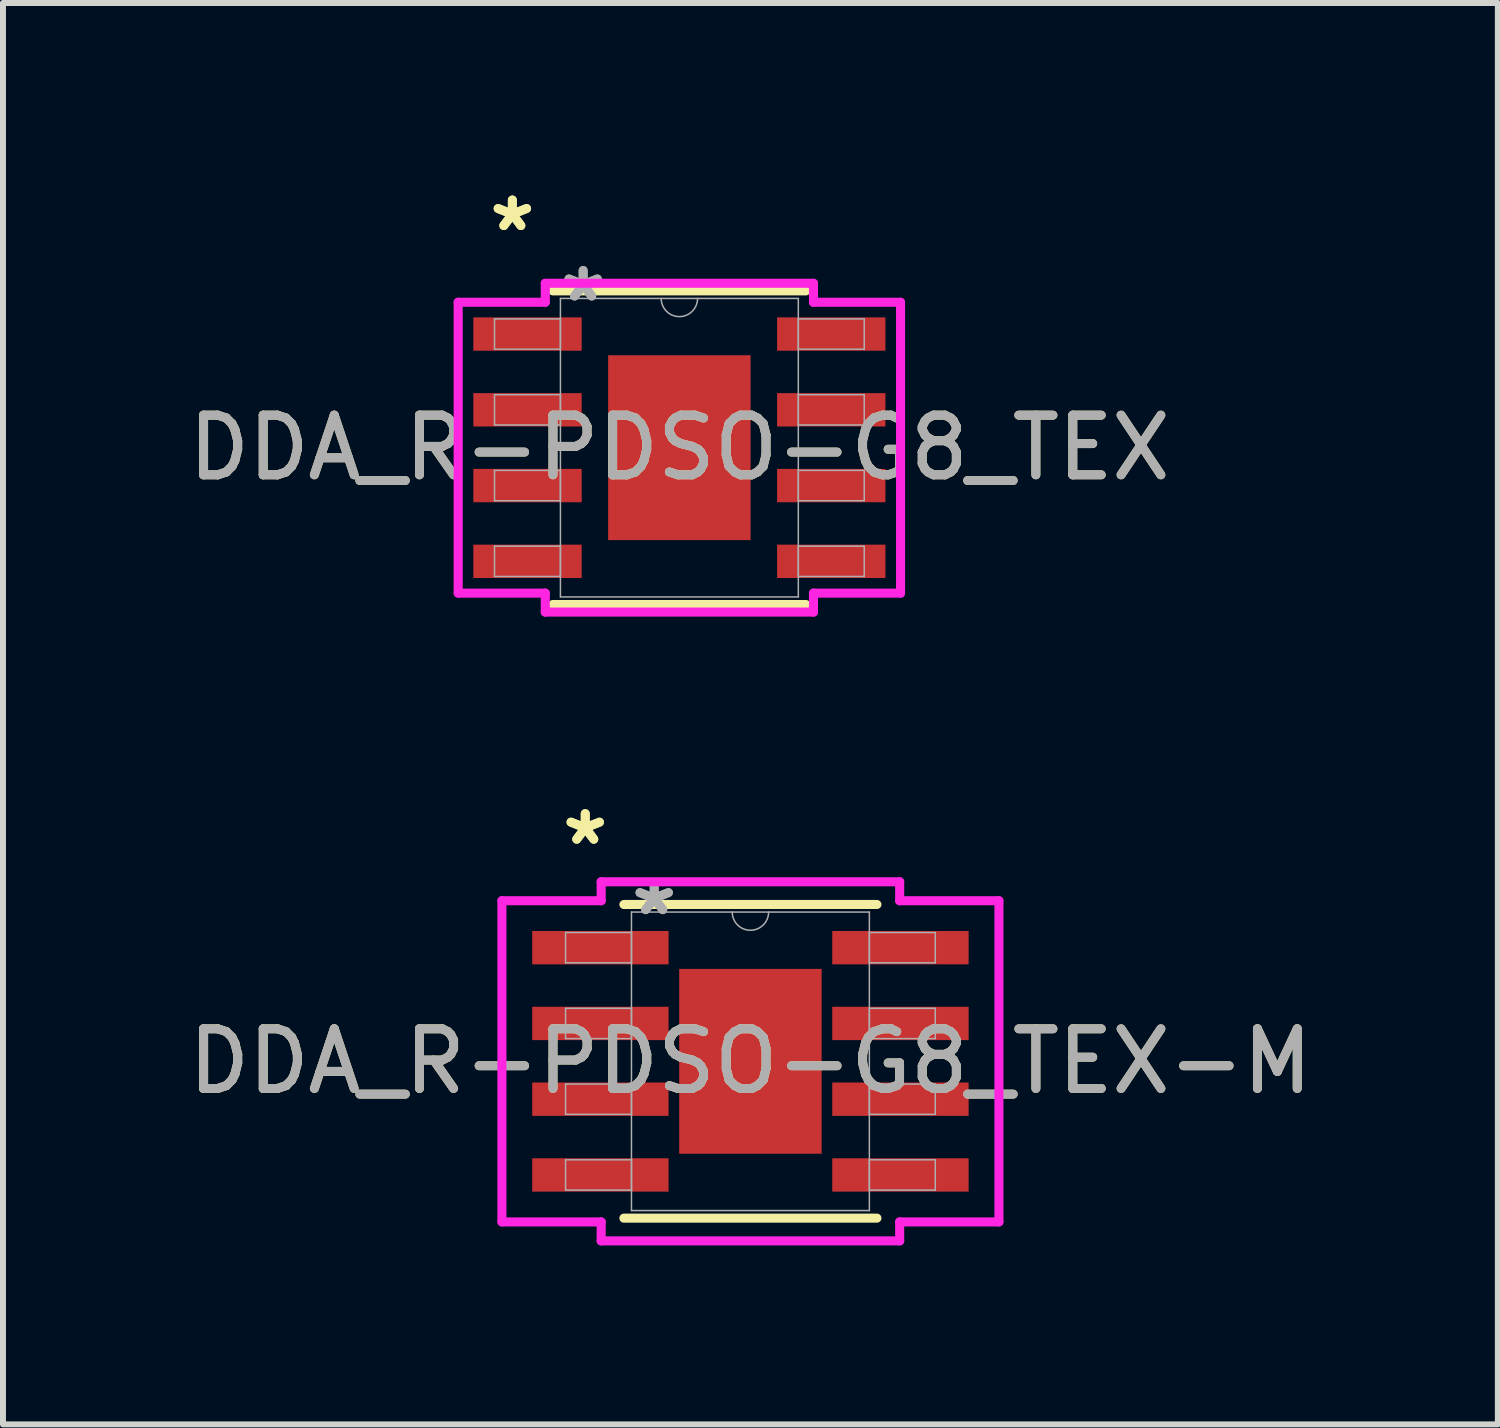
<source format=kicad_pcb>
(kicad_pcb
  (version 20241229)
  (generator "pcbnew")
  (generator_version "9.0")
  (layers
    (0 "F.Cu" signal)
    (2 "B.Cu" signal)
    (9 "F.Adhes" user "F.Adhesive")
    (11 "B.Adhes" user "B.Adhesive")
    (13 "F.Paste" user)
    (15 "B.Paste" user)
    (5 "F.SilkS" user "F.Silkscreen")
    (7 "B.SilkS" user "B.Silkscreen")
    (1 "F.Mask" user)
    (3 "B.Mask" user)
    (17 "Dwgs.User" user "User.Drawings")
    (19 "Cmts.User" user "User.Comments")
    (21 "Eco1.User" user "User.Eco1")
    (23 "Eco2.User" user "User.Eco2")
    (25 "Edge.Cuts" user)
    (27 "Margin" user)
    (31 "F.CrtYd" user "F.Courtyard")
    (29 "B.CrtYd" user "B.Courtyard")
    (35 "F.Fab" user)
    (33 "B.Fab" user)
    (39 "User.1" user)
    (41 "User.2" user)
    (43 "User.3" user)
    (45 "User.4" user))
  (footprint "DDA_R-PDSO-G8_TEX-M"
    (layer "F.Cu")
    (at 9.53 14.742)
    (property "Reference" "DDA_R-PDSO-G8_TEX-M" (at 0 0 0) (unlocked yes) (layer "F.SilkS") (effects (font (size 1 1) (thickness 0.15))))
    (attr smd)
    (fp_line (start -2.121 2.629) (end 2.121 2.629) (stroke (width 0.152) (type solid)) (layer "F.SilkS"))
    (fp_line (start 2.121 -2.629) (end -2.121 -2.629) (stroke (width 0.152) (type solid)) (layer "F.SilkS"))
    (fp_poly (pts (xy -1.094 -1.449) (xy -1.094 -0.1) (xy 1.094 -0.1) (xy 1.094 -1.449)) (stroke (width 0) (type solid)) (fill yes) (layer "F.Paste"))
    (fp_poly (pts (xy -1.094 0.1) (xy -1.094 1.449) (xy 1.094 1.449) (xy 1.094 0.1)) (stroke (width 0) (type solid)) (fill yes) (layer "F.Paste"))
    (fp_line (start -4.166 -2.692) (end -2.502 -2.692) (stroke (width 0.152) (type solid)) (layer "F.CrtYd"))
    (fp_line (start -4.166 2.692) (end -4.166 -2.692) (stroke (width 0.152) (type solid)) (layer "F.CrtYd"))
    (fp_line (start -4.166 2.692) (end -2.502 2.692) (stroke (width 0.152) (type solid)) (layer "F.CrtYd"))
    (fp_line (start -2.502 -3.01) (end 2.502 -3.01) (stroke (width 0.152) (type solid)) (layer "F.CrtYd"))
    (fp_line (start -2.502 -2.692) (end -2.502 -3.01) (stroke (width 0.152) (type solid)) (layer "F.CrtYd"))
    (fp_line (start -2.502 3.01) (end -2.502 2.692) (stroke (width 0.152) (type solid)) (layer "F.CrtYd"))
    (fp_line (start 2.502 -3.01) (end 2.502 -2.692) (stroke (width 0.152) (type solid)) (layer "F.CrtYd"))
    (fp_line (start 2.502 2.692) (end 2.502 3.01) (stroke (width 0.152) (type solid)) (layer "F.CrtYd"))
    (fp_line (start 2.502 3.01) (end -2.502 3.01) (stroke (width 0.152) (type solid)) (layer "F.CrtYd"))
    (fp_line (start 4.166 -2.692) (end 2.502 -2.692) (stroke (width 0.152) (type solid)) (layer "F.CrtYd"))
    (fp_line (start 4.166 -2.692) (end 4.166 2.692) (stroke (width 0.152) (type solid)) (layer "F.CrtYd"))
    (fp_line (start 4.166 2.692) (end 2.502 2.692) (stroke (width 0.152) (type solid)) (layer "F.CrtYd"))
    (fp_line (start -3.099 -2.159) (end -3.099 -1.651) (stroke (width 0.025) (type solid)) (layer "F.Fab"))
    (fp_line (start -3.099 -1.651) (end -1.994 -1.651) (stroke (width 0.025) (type solid)) (layer "F.Fab"))
    (fp_line (start -3.099 -0.889) (end -3.099 -0.381) (stroke (width 0.025) (type solid)) (layer "F.Fab"))
    (fp_line (start -3.099 -0.381) (end -1.994 -0.381) (stroke (width 0.025) (type solid)) (layer "F.Fab"))
    (fp_line (start -3.099 0.381) (end -3.099 0.889) (stroke (width 0.025) (type solid)) (layer "F.Fab"))
    (fp_line (start -3.099 0.889) (end -1.994 0.889) (stroke (width 0.025) (type solid)) (layer "F.Fab"))
    (fp_line (start -3.099 1.651) (end -3.099 2.159) (stroke (width 0.025) (type solid)) (layer "F.Fab"))
    (fp_line (start -3.099 2.159) (end -1.994 2.159) (stroke (width 0.025) (type solid)) (layer "F.Fab"))
    (fp_line (start -1.994 -2.502) (end -1.994 2.502) (stroke (width 0.025) (type solid)) (layer "F.Fab"))
    (fp_line (start -1.994 -2.159) (end -3.099 -2.159) (stroke (width 0.025) (type solid)) (layer "F.Fab"))
    (fp_line (start -1.994 -1.651) (end -1.994 -2.159) (stroke (width 0.025) (type solid)) (layer "F.Fab"))
    (fp_line (start -1.994 -0.889) (end -3.099 -0.889) (stroke (width 0.025) (type solid)) (layer "F.Fab"))
    (fp_line (start -1.994 -0.381) (end -1.994 -0.889) (stroke (width 0.025) (type solid)) (layer "F.Fab"))
    (fp_line (start -1.994 0.381) (end -3.099 0.381) (stroke (width 0.025) (type solid)) (layer "F.Fab"))
    (fp_line (start -1.994 0.889) (end -1.994 0.381) (stroke (width 0.025) (type solid)) (layer "F.Fab"))
    (fp_line (start -1.994 1.651) (end -3.099 1.651) (stroke (width 0.025) (type solid)) (layer "F.Fab"))
    (fp_line (start -1.994 2.159) (end -1.994 1.651) (stroke (width 0.025) (type solid)) (layer "F.Fab"))
    (fp_line (start -1.994 2.502) (end 1.994 2.502) (stroke (width 0.025) (type solid)) (layer "F.Fab"))
    (fp_line (start 1.994 -2.502) (end -1.994 -2.502) (stroke (width 0.025) (type solid)) (layer "F.Fab"))
    (fp_line (start 1.994 -2.159) (end 1.994 -1.651) (stroke (width 0.025) (type solid)) (layer "F.Fab"))
    (fp_line (start 1.994 -1.651) (end 3.099 -1.651) (stroke (width 0.025) (type solid)) (layer "F.Fab"))
    (fp_line (start 1.994 -0.889) (end 1.994 -0.381) (stroke (width 0.025) (type solid)) (layer "F.Fab"))
    (fp_line (start 1.994 -0.381) (end 3.099 -0.381) (stroke (width 0.025) (type solid)) (layer "F.Fab"))
    (fp_line (start 1.994 0.381) (end 1.994 0.889) (stroke (width 0.025) (type solid)) (layer "F.Fab"))
    (fp_line (start 1.994 0.889) (end 3.099 0.889) (stroke (width 0.025) (type solid)) (layer "F.Fab"))
    (fp_line (start 1.994 1.651) (end 1.994 2.159) (stroke (width 0.025) (type solid)) (layer "F.Fab"))
    (fp_line (start 1.994 2.159) (end 3.099 2.159) (stroke (width 0.025) (type solid)) (layer "F.Fab"))
    (fp_line (start 1.994 2.502) (end 1.994 -2.502) (stroke (width 0.025) (type solid)) (layer "F.Fab"))
    (fp_line (start 3.099 -2.159) (end 1.994 -2.159) (stroke (width 0.025) (type solid)) (layer "F.Fab"))
    (fp_line (start 3.099 -1.651) (end 3.099 -2.159) (stroke (width 0.025) (type solid)) (layer "F.Fab"))
    (fp_line (start 3.099 -0.889) (end 1.994 -0.889) (stroke (width 0.025) (type solid)) (layer "F.Fab"))
    (fp_line (start 3.099 -0.381) (end 3.099 -0.889) (stroke (width 0.025) (type solid)) (layer "F.Fab"))
    (fp_line (start 3.099 0.381) (end 1.994 0.381) (stroke (width 0.025) (type solid)) (layer "F.Fab"))
    (fp_line (start 3.099 0.889) (end 3.099 0.381) (stroke (width 0.025) (type solid)) (layer "F.Fab"))
    (fp_line (start 3.099 1.651) (end 1.994 1.651) (stroke (width 0.025) (type solid)) (layer "F.Fab"))
    (fp_line (start 3.099 2.159) (end 3.099 1.651) (stroke (width 0.025) (type solid)) (layer "F.Fab"))
    (fp_arc (start 0.3048 -2.5019) (mid 0 -2.1971) (end -0.3048 -2.5019) (stroke (width 0.0254) (type solid)) (layer "F.Fab"))
    (fp_text user "*" (at -2.769 -3.607 0) (unlocked yes) (layer "F.SilkS") (effects (font (size 1 1) (thickness 0.15))))
    (fp_text user "*" (at -2.769 -3.607 0) (layer "F.SilkS") (effects (font (size 1 1) (thickness 0.15))))
    (fp_text user "*" (at -1.613 -2.426 0) (unlocked yes) (layer "F.Fab") (effects (font (size 1 1) (thickness 0.15))))
    (fp_text user "${REFERENCE}" (at 0 0 0) (unlocked yes) (layer "F.Fab") (effects (font (size 1 1) (thickness 0.15))))
    (fp_text user "*" (at -1.613 -2.426 0) (layer "F.Fab") (effects (font (size 1 1) (thickness 0.15))))
    (pad "1" smd rect (at -2.515 -1.905) (size 2.286 0.559) (layers "F.Cu" "F.Mask" "F.Paste"))
    (pad "2" smd rect (at -2.515 -0.635) (size 2.286 0.559) (layers "F.Cu" "F.Mask" "F.Paste"))
    (pad "3" smd rect (at -2.515 0.635) (size 2.286 0.559) (layers "F.Cu" "F.Mask" "F.Paste"))
    (pad "4" smd rect (at -2.515 1.905) (size 2.286 0.559) (layers "F.Cu" "F.Mask" "F.Paste"))
    (pad "5" smd rect (at 2.515 1.905) (size 2.286 0.559) (layers "F.Cu" "F.Mask" "F.Paste"))
    (pad "6" smd rect (at 2.515 0.635) (size 2.286 0.559) (layers "F.Cu" "F.Mask" "F.Paste"))
    (pad "7" smd rect (at 2.515 -0.635) (size 2.286 0.559) (layers "F.Cu" "F.Mask" "F.Paste"))
    (pad "8" smd rect (at 2.515 -1.905) (size 2.286 0.559) (layers "F.Cu" "F.Mask" "F.Paste"))
    (pad "9" smd rect (at 0 0) (size 2.388 3.099) (layers "F.Cu" "F.Mask")))
  (footprint "DDA_R-PDSO-G8_TEX"
    (layer "F.Cu")
    (at 8.339 4.455)
    (property "Reference" "DDA_R-PDSO-G8_TEX" (at 0 0 0) (unlocked yes) (layer "F.SilkS") (effects (font (size 1 1) (thickness 0.15))))
    (attr smd)
    (fp_line (start -2.121 2.629) (end 2.121 2.629) (stroke (width 0.152) (type solid)) (layer "F.SilkS"))
    (fp_line (start 2.121 -2.629) (end -2.121 -2.629) (stroke (width 0.152) (type solid)) (layer "F.SilkS"))
    (fp_poly (pts (xy -1.094 -1.449) (xy -1.094 -0.1) (xy 1.094 -0.1) (xy 1.094 -1.449)) (stroke (width 0) (type solid)) (fill yes) (layer "F.Paste"))
    (fp_poly (pts (xy -1.094 0.1) (xy -1.094 1.449) (xy 1.094 1.449) (xy 1.094 0.1)) (stroke (width 0) (type solid)) (fill yes) (layer "F.Paste"))
    (fp_line (start -3.708 -2.438) (end -2.248 -2.438) (stroke (width 0.152) (type solid)) (layer "F.CrtYd"))
    (fp_line (start -3.708 2.438) (end -3.708 -2.438) (stroke (width 0.152) (type solid)) (layer "F.CrtYd"))
    (fp_line (start -3.708 2.438) (end -2.248 2.438) (stroke (width 0.152) (type solid)) (layer "F.CrtYd"))
    (fp_line (start -2.248 -2.756) (end 2.248 -2.756) (stroke (width 0.152) (type solid)) (layer "F.CrtYd"))
    (fp_line (start -2.248 -2.438) (end -2.248 -2.756) (stroke (width 0.152) (type solid)) (layer "F.CrtYd"))
    (fp_line (start -2.248 2.756) (end -2.248 2.438) (stroke (width 0.152) (type solid)) (layer "F.CrtYd"))
    (fp_line (start 2.248 -2.756) (end 2.248 -2.438) (stroke (width 0.152) (type solid)) (layer "F.CrtYd"))
    (fp_line (start 2.248 2.438) (end 2.248 2.756) (stroke (width 0.152) (type solid)) (layer "F.CrtYd"))
    (fp_line (start 2.248 2.756) (end -2.248 2.756) (stroke (width 0.152) (type solid)) (layer "F.CrtYd"))
    (fp_line (start 3.708 -2.438) (end 2.248 -2.438) (stroke (width 0.152) (type solid)) (layer "F.CrtYd"))
    (fp_line (start 3.708 -2.438) (end 3.708 2.438) (stroke (width 0.152) (type solid)) (layer "F.CrtYd"))
    (fp_line (start 3.708 2.438) (end 2.248 2.438) (stroke (width 0.152) (type solid)) (layer "F.CrtYd"))
    (fp_line (start -3.099 -2.159) (end -3.099 -1.651) (stroke (width 0.025) (type solid)) (layer "F.Fab"))
    (fp_line (start -3.099 -1.651) (end -1.994 -1.651) (stroke (width 0.025) (type solid)) (layer "F.Fab"))
    (fp_line (start -3.099 -0.889) (end -3.099 -0.381) (stroke (width 0.025) (type solid)) (layer "F.Fab"))
    (fp_line (start -3.099 -0.381) (end -1.994 -0.381) (stroke (width 0.025) (type solid)) (layer "F.Fab"))
    (fp_line (start -3.099 0.381) (end -3.099 0.889) (stroke (width 0.025) (type solid)) (layer "F.Fab"))
    (fp_line (start -3.099 0.889) (end -1.994 0.889) (stroke (width 0.025) (type solid)) (layer "F.Fab"))
    (fp_line (start -3.099 1.651) (end -3.099 2.159) (stroke (width 0.025) (type solid)) (layer "F.Fab"))
    (fp_line (start -3.099 2.159) (end -1.994 2.159) (stroke (width 0.025) (type solid)) (layer "F.Fab"))
    (fp_line (start -1.994 -2.502) (end -1.994 2.502) (stroke (width 0.025) (type solid)) (layer "F.Fab"))
    (fp_line (start -1.994 -2.159) (end -3.099 -2.159) (stroke (width 0.025) (type solid)) (layer "F.Fab"))
    (fp_line (start -1.994 -1.651) (end -1.994 -2.159) (stroke (width 0.025) (type solid)) (layer "F.Fab"))
    (fp_line (start -1.994 -0.889) (end -3.099 -0.889) (stroke (width 0.025) (type solid)) (layer "F.Fab"))
    (fp_line (start -1.994 -0.381) (end -1.994 -0.889) (stroke (width 0.025) (type solid)) (layer "F.Fab"))
    (fp_line (start -1.994 0.381) (end -3.099 0.381) (stroke (width 0.025) (type solid)) (layer "F.Fab"))
    (fp_line (start -1.994 0.889) (end -1.994 0.381) (stroke (width 0.025) (type solid)) (layer "F.Fab"))
    (fp_line (start -1.994 1.651) (end -3.099 1.651) (stroke (width 0.025) (type solid)) (layer "F.Fab"))
    (fp_line (start -1.994 2.159) (end -1.994 1.651) (stroke (width 0.025) (type solid)) (layer "F.Fab"))
    (fp_line (start -1.994 2.502) (end 1.994 2.502) (stroke (width 0.025) (type solid)) (layer "F.Fab"))
    (fp_line (start 1.994 -2.502) (end -1.994 -2.502) (stroke (width 0.025) (type solid)) (layer "F.Fab"))
    (fp_line (start 1.994 -2.159) (end 1.994 -1.651) (stroke (width 0.025) (type solid)) (layer "F.Fab"))
    (fp_line (start 1.994 -1.651) (end 3.099 -1.651) (stroke (width 0.025) (type solid)) (layer "F.Fab"))
    (fp_line (start 1.994 -0.889) (end 1.994 -0.381) (stroke (width 0.025) (type solid)) (layer "F.Fab"))
    (fp_line (start 1.994 -0.381) (end 3.099 -0.381) (stroke (width 0.025) (type solid)) (layer "F.Fab"))
    (fp_line (start 1.994 0.381) (end 1.994 0.889) (stroke (width 0.025) (type solid)) (layer "F.Fab"))
    (fp_line (start 1.994 0.889) (end 3.099 0.889) (stroke (width 0.025) (type solid)) (layer "F.Fab"))
    (fp_line (start 1.994 1.651) (end 1.994 2.159) (stroke (width 0.025) (type solid)) (layer "F.Fab"))
    (fp_line (start 1.994 2.159) (end 3.099 2.159) (stroke (width 0.025) (type solid)) (layer "F.Fab"))
    (fp_line (start 1.994 2.502) (end 1.994 -2.502) (stroke (width 0.025) (type solid)) (layer "F.Fab"))
    (fp_line (start 3.099 -2.159) (end 1.994 -2.159) (stroke (width 0.025) (type solid)) (layer "F.Fab"))
    (fp_line (start 3.099 -1.651) (end 3.099 -2.159) (stroke (width 0.025) (type solid)) (layer "F.Fab"))
    (fp_line (start 3.099 -0.889) (end 1.994 -0.889) (stroke (width 0.025) (type solid)) (layer "F.Fab"))
    (fp_line (start 3.099 -0.381) (end 3.099 -0.889) (stroke (width 0.025) (type solid)) (layer "F.Fab"))
    (fp_line (start 3.099 0.381) (end 1.994 0.381) (stroke (width 0.025) (type solid)) (layer "F.Fab"))
    (fp_line (start 3.099 0.889) (end 3.099 0.381) (stroke (width 0.025) (type solid)) (layer "F.Fab"))
    (fp_line (start 3.099 1.651) (end 1.994 1.651) (stroke (width 0.025) (type solid)) (layer "F.Fab"))
    (fp_line (start 3.099 2.159) (end 3.099 1.651) (stroke (width 0.025) (type solid)) (layer "F.Fab"))
    (fp_arc (start 0.3048 -2.5019) (mid 0 -2.1971) (end -0.3048 -2.5019) (stroke (width 0.0254) (type solid)) (layer "F.Fab"))
    (fp_text user "*" (at -2.8 -3.607 0) (layer "F.SilkS") (effects (font (size 1 1) (thickness 0.15))))
    (fp_text user "*" (at -2.8 -3.607 0) (unlocked yes) (layer "F.SilkS") (effects (font (size 1 1) (thickness 0.15))))
    (fp_text user "*" (at -1.613 -2.426 0) (unlocked yes) (layer "F.Fab") (effects (font (size 1 1) (thickness 0.15))))
    (fp_text user "${REFERENCE}" (at 0 0 0) (unlocked yes) (layer "F.Fab") (effects (font (size 1 1) (thickness 0.15))))
    (fp_text user "*" (at -1.613 -2.426 0) (layer "F.Fab") (effects (font (size 1 1) (thickness 0.15))))
    (pad "1" smd rect (at -2.546 -1.905) (size 1.816 0.559) (layers "F.Cu" "F.Mask" "F.Paste"))
    (pad "2" smd rect (at -2.546 -0.635) (size 1.816 0.559) (layers "F.Cu" "F.Mask" "F.Paste"))
    (pad "3" smd rect (at -2.546 0.635) (size 1.816 0.559) (layers "F.Cu" "F.Mask" "F.Paste"))
    (pad "4" smd rect (at -2.546 1.905) (size 1.816 0.559) (layers "F.Cu" "F.Mask" "F.Paste"))
    (pad "5" smd rect (at 2.546 1.905) (size 1.816 0.559) (layers "F.Cu" "F.Mask" "F.Paste"))
    (pad "6" smd rect (at 2.546 0.635) (size 1.816 0.559) (layers "F.Cu" "F.Mask" "F.Paste"))
    (pad "7" smd rect (at 2.546 -0.635) (size 1.816 0.559) (layers "F.Cu" "F.Mask" "F.Paste"))
    (pad "8" smd rect (at 2.546 -1.905) (size 1.816 0.559) (layers "F.Cu" "F.Mask" "F.Paste"))
    (pad "9" smd rect (at 0 0) (size 2.388 3.099) (layers "F.Cu" "F.Mask")))
  (gr_rect
    (start -3 -3)
    (end 22.06 20.828)
    (stroke (width 0.1) (type default))
    (fill no)
    (layer "Edge.Cuts")))
</source>
